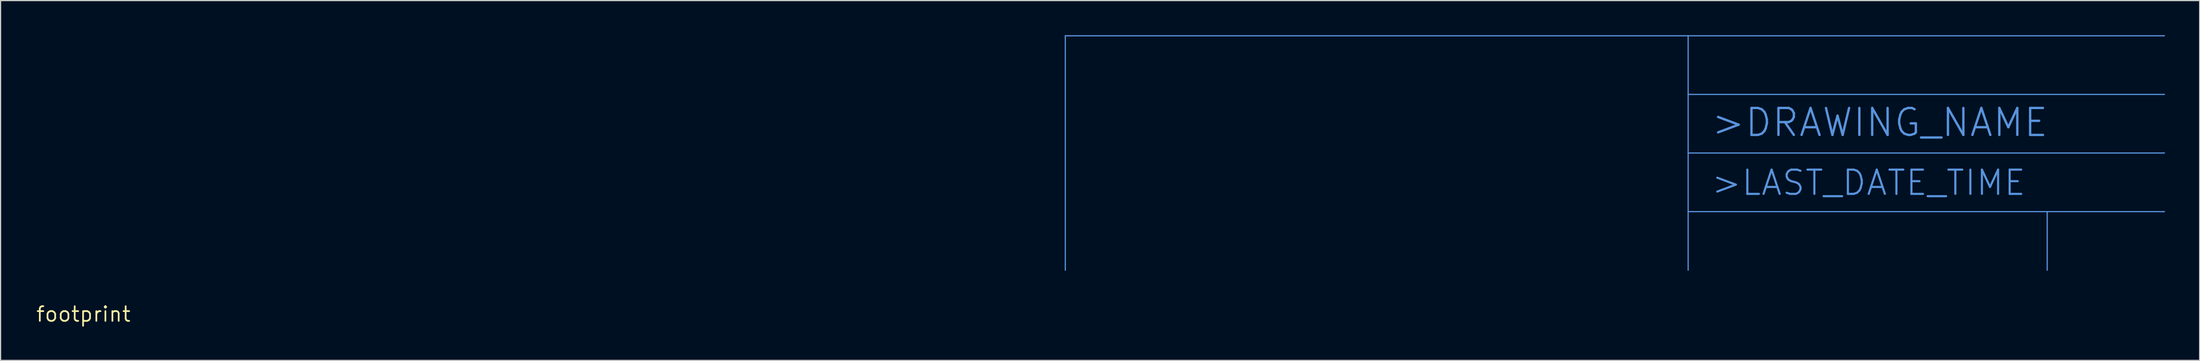
<source format=kicad_pcb>
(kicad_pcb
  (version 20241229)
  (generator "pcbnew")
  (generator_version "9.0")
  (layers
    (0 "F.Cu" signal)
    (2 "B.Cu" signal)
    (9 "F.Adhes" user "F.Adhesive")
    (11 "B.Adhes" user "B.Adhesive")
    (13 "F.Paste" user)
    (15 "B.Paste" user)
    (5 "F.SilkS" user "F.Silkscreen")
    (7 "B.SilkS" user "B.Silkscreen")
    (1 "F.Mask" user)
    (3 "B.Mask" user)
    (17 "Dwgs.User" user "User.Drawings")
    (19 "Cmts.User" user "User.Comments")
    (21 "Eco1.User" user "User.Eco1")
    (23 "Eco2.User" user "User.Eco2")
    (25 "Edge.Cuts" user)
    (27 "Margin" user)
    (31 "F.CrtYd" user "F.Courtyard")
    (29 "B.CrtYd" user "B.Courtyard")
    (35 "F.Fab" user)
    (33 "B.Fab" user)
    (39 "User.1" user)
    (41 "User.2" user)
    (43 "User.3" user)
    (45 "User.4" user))
  (footprint "footprint"
    (layer "F.Cu")
    (at 4.18 24.181)
    (property "Reference" "footprint" (at 0 0 0) (layer "F.SilkS") (effects (font (size 1.27 1.27) (thickness 0.15))))
    (fp_line (start 85.09 -24.13) (end 139.065 -24.13) (stroke (width 0.102) (type solid)) (layer "Cmts.User"))
    (fp_line (start 85.09 -3.81) (end 85.09 -24.13) (stroke (width 0.102) (type solid)) (layer "Cmts.User"))
    (fp_line (start 139.065 -24.13) (end 180.34 -24.13) (stroke (width 0.102) (type solid)) (layer "Cmts.User"))
    (fp_line (start 139.065 -19.05) (end 139.065 -24.13) (stroke (width 0.102) (type solid)) (layer "Cmts.User"))
    (fp_line (start 139.065 -19.05) (end 180.34 -19.05) (stroke (width 0.102) (type solid)) (layer "Cmts.User"))
    (fp_line (start 139.065 -13.97) (end 139.065 -19.05) (stroke (width 0.102) (type solid)) (layer "Cmts.User"))
    (fp_line (start 139.065 -13.97) (end 180.34 -13.97) (stroke (width 0.102) (type solid)) (layer "Cmts.User"))
    (fp_line (start 139.065 -8.89) (end 139.065 -13.97) (stroke (width 0.102) (type solid)) (layer "Cmts.User"))
    (fp_line (start 139.065 -8.89) (end 139.065 -3.81) (stroke (width 0.102) (type solid)) (layer "Cmts.User"))
    (fp_line (start 170.18 -8.89) (end 139.065 -8.89) (stroke (width 0.102) (type solid)) (layer "Cmts.User"))
    (fp_line (start 170.18 -8.89) (end 180.34 -8.89) (stroke (width 0.102) (type solid)) (layer "Cmts.User"))
    (fp_line (start 170.18 -3.81) (end 170.18 -8.89) (stroke (width 0.102) (type solid)) (layer "Cmts.User"))
    (fp_text user ">LAST_DATE_TIME" (at 140.97 -10.16 0) (layer "Cmts.User") (effects (font (size 2.103 2.103) (thickness 0.183)) (justify left bottom)))
    (fp_text user ">DRAWING_NAME" (at 140.97 -15.24 0) (layer "Cmts.User") (effects (font (size 2.337 2.337) (thickness 0.203)) (justify left bottom))))
  (gr_rect
    (start -3 -3)
    (end 187.571 28.187)
    (stroke (width 0.1) (type default))
    (fill no)
    (layer "Edge.Cuts")))
</source>
